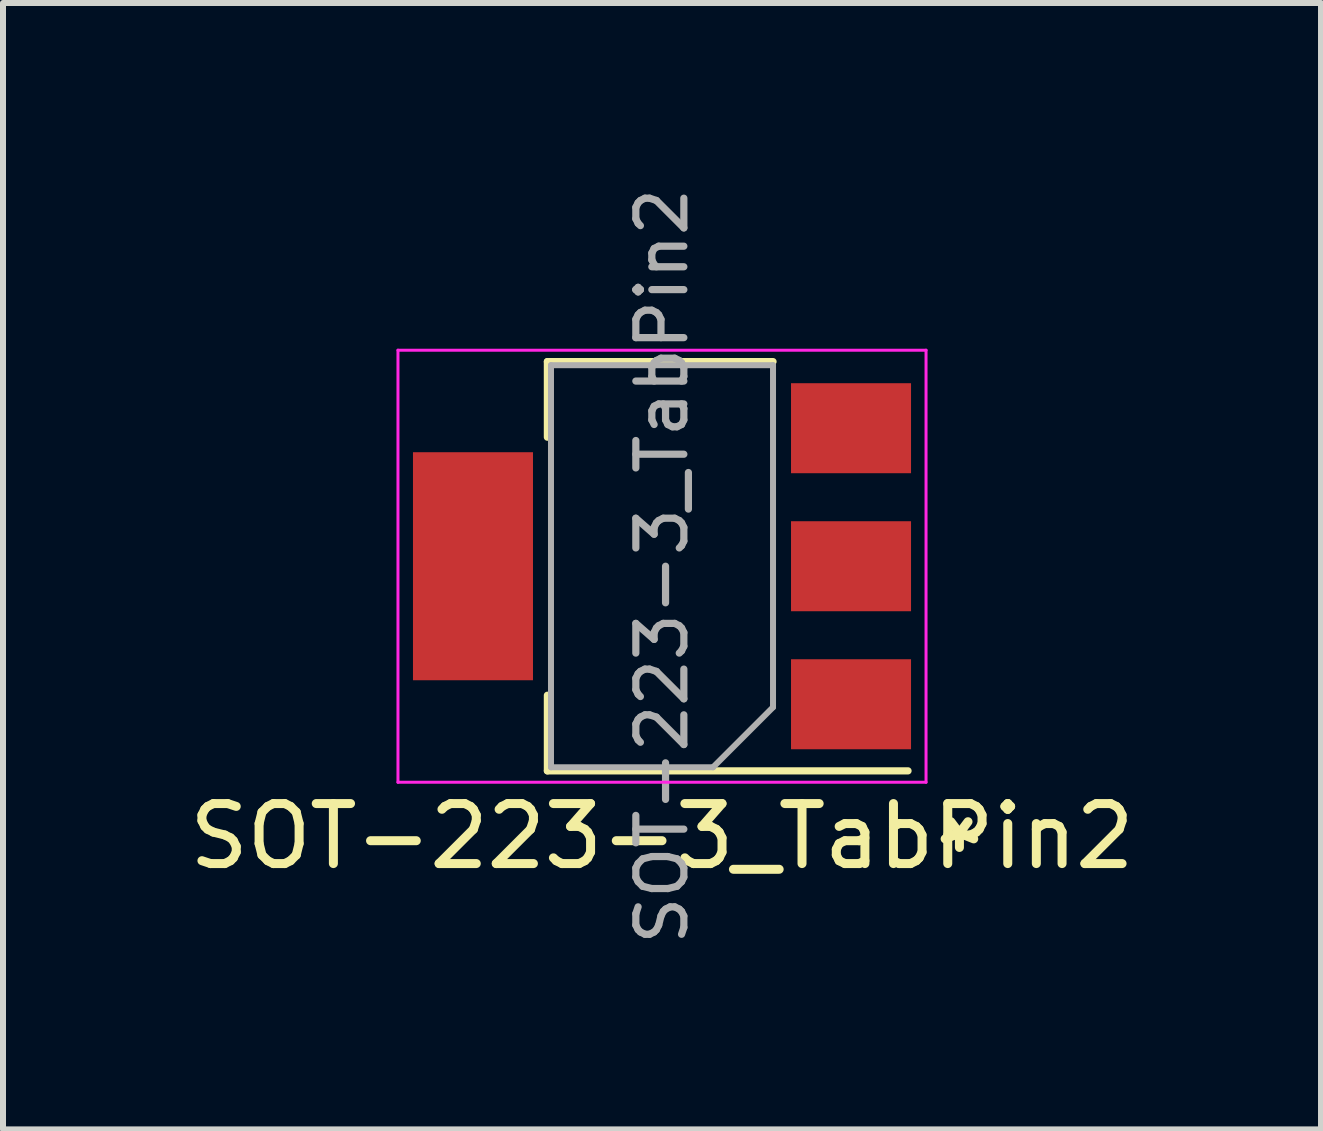
<source format=kicad_pcb>
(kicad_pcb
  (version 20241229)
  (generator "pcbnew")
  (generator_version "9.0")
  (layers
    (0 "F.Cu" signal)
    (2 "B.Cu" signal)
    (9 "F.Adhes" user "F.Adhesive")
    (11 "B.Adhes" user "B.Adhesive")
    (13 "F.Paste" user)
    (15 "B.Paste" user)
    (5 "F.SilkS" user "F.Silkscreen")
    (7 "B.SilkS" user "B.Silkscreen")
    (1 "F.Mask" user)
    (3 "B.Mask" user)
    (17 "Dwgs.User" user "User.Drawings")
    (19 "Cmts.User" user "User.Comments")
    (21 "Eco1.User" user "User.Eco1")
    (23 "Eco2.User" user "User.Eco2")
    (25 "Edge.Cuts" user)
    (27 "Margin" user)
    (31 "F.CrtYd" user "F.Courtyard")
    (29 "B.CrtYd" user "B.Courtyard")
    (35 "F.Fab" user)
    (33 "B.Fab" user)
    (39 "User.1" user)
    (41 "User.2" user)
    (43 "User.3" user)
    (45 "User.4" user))
  (footprint "SOT-223-3_TabPin2"
    (layer "F.Cu")
    (at 7.982 6.386)
    (property "Reference" "SOT-223-3_TabPin2" (at 0 4.5 180) (layer "F.SilkS") (effects (font (size 1 1) (thickness 0.15))))
    (attr smd)
    (fp_line (start -1.91 -3.41) (end -1.91 -2.15) (stroke (width 0.12) (type solid)) (layer "F.SilkS"))
    (fp_line (start -1.91 3.41) (end -1.91 2.15) (stroke (width 0.12) (type solid)) (layer "F.SilkS"))
    (fp_line (start 1.85 -3.41) (end -1.91 -3.41) (stroke (width 0.12) (type solid)) (layer "F.SilkS"))
    (fp_line (start 4.1 3.41) (end -1.91 3.41) (stroke (width 0.12) (type solid)) (layer "F.SilkS"))
    (fp_line (start -4.4 -3.6) (end -4.4 3.6) (stroke (width 0.05) (type solid)) (layer "F.CrtYd"))
    (fp_line (start -4.4 3.6) (end 4.4 3.6) (stroke (width 0.05) (type solid)) (layer "F.CrtYd"))
    (fp_line (start 4.4 -3.6) (end -4.4 -3.6) (stroke (width 0.05) (type solid)) (layer "F.CrtYd"))
    (fp_line (start 4.4 3.6) (end 4.4 -3.6) (stroke (width 0.05) (type solid)) (layer "F.CrtYd"))
    (fp_line (start -1.85 3.35) (end -1.85 -3.35) (stroke (width 0.1) (type solid)) (layer "F.Fab"))
    (fp_line (start 0.85 3.35) (end -1.85 3.35) (stroke (width 0.1) (type solid)) (layer "F.Fab"))
    (fp_line (start 1.85 -3.35) (end -1.85 -3.35) (stroke (width 0.1) (type solid)) (layer "F.Fab"))
    (fp_line (start 1.85 2.35) (end 0.85 3.35) (stroke (width 0.1) (type solid)) (layer "F.Fab"))
    (fp_line (start 1.85 2.35) (end 1.85 -3.35) (stroke (width 0.1) (type solid)) (layer "F.Fab"))
    (fp_text user "*" (at 5.436 3.556 180) (unlocked yes) (layer "F.SilkS") (effects (font (size 1 1) (thickness 0.15)) (justify left bottom)))
    (fp_text user "${REFERENCE}" (at 0 0 270) (layer "F.Fab") (effects (font (size 0.8 0.8) (thickness 0.12))))
    (pad "1" smd rect (at 3.15 2.3 180) (size 2 1.5) (layers "F.Cu" "F.Mask" "F.Paste"))
    (pad "2" smd rect (at -3.15 0 180) (size 2 3.8) (layers "F.Cu" "F.Mask" "F.Paste"))
    (pad "2" smd rect (at 3.15 0 180) (size 2 1.5) (layers "F.Cu" "F.Mask" "F.Paste"))
    (pad "3" smd rect (at 3.15 -2.3 180) (size 2 1.5) (layers "F.Cu" "F.Mask" "F.Paste")))
  (gr_rect
    (start -3 -3)
    (end 18.964 15.771)
    (stroke (width 0.1) (type default))
    (fill no)
    (layer "Edge.Cuts")))
</source>
